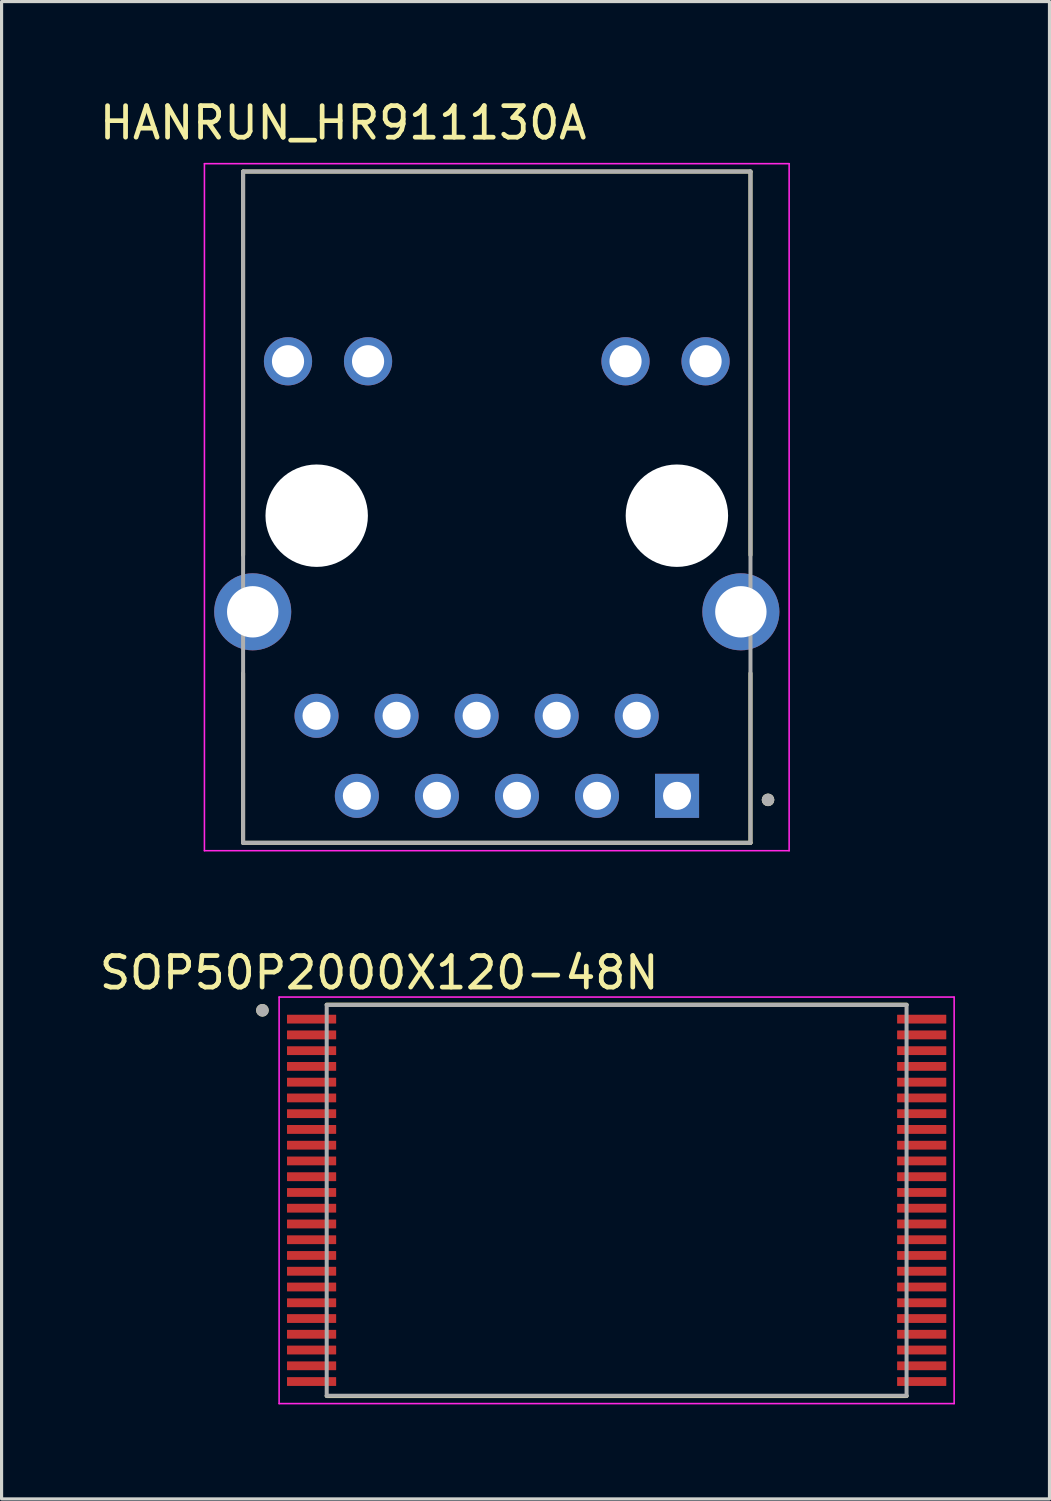
<source format=kicad_pcb>
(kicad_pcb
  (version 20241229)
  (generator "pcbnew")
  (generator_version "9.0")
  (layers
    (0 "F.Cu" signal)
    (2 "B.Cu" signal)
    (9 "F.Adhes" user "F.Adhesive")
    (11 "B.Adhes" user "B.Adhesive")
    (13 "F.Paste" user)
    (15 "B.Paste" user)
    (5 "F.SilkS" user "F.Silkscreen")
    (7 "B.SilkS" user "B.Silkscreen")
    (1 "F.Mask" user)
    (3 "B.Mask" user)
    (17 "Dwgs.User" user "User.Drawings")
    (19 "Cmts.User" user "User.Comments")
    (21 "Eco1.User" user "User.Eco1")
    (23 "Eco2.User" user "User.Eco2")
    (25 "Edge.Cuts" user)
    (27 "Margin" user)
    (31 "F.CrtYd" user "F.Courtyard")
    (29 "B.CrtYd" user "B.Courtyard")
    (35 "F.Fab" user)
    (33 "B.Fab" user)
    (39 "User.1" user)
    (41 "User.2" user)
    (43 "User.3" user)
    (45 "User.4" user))
  (footprint "SOP50P2000X120-48N"
    (layer "F.Cu")
    (at 16.517 35.039)
    (property "Reference" "SOP50P2000X120-48N" (at -7.535 -7.222 0) (layer "F.SilkS") (effects (font (size 1 1) (thickness 0.15))))
    (attr through_hole)
    (fp_line (start -9.2 -6.21) (end 9.2 -6.21) (stroke (width 0.127) (type solid)) (layer "F.SilkS"))
    (fp_line (start -9.2 6.21) (end 9.2 6.21) (stroke (width 0.127) (type solid)) (layer "F.SilkS"))
    (fp_circle (center -11.24 -6.03) (end -11.14 -6.03) (stroke (width 0.2) (type solid)) (fill no) (layer "F.SilkS"))
    (fp_line (start -10.71 -6.45) (end -10.71 6.45) (stroke (width 0.05) (type solid)) (layer "F.CrtYd"))
    (fp_line (start -10.71 -6.45) (end 10.71 -6.45) (stroke (width 0.05) (type solid)) (layer "F.CrtYd"))
    (fp_line (start -10.71 6.45) (end 10.71 6.45) (stroke (width 0.05) (type solid)) (layer "F.CrtYd"))
    (fp_line (start 10.71 -6.45) (end 10.71 6.45) (stroke (width 0.05) (type solid)) (layer "F.CrtYd"))
    (fp_line (start -9.2 -6.2) (end -9.2 6.2) (stroke (width 0.127) (type solid)) (layer "F.Fab"))
    (fp_line (start -9.2 -6.2) (end 9.2 -6.2) (stroke (width 0.127) (type solid)) (layer "F.Fab"))
    (fp_line (start -9.2 6.2) (end 9.2 6.2) (stroke (width 0.127) (type solid)) (layer "F.Fab"))
    (fp_line (start 9.2 -6.2) (end 9.2 6.2) (stroke (width 0.127) (type solid)) (layer "F.Fab"))
    (fp_circle (center -11.24 -6.03) (end -11.14 -6.03) (stroke (width 0.2) (type solid)) (fill no) (layer "F.Fab"))
    (pad "1" smd roundrect (at -9.68 -5.75) (size 1.56 0.28) (layers "F.Cu" "F.Mask" "F.Paste") (roundrect_rratio 0.04))
    (pad "2" smd roundrect (at -9.68 -5.25) (size 1.56 0.28) (layers "F.Cu" "F.Mask" "F.Paste") (roundrect_rratio 0.04))
    (pad "3" smd roundrect (at -9.68 -4.75) (size 1.56 0.28) (layers "F.Cu" "F.Mask" "F.Paste") (roundrect_rratio 0.04))
    (pad "4" smd roundrect (at -9.68 -4.25) (size 1.56 0.28) (layers "F.Cu" "F.Mask" "F.Paste") (roundrect_rratio 0.04))
    (pad "5" smd roundrect (at -9.68 -3.75) (size 1.56 0.28) (layers "F.Cu" "F.Mask" "F.Paste") (roundrect_rratio 0.04))
    (pad "6" smd roundrect (at -9.68 -3.25) (size 1.56 0.28) (layers "F.Cu" "F.Mask" "F.Paste") (roundrect_rratio 0.04))
    (pad "7" smd roundrect (at -9.68 -2.75) (size 1.56 0.28) (layers "F.Cu" "F.Mask" "F.Paste") (roundrect_rratio 0.04))
    (pad "8" smd roundrect (at -9.68 -2.25) (size 1.56 0.28) (layers "F.Cu" "F.Mask" "F.Paste") (roundrect_rratio 0.04))
    (pad "9" smd roundrect (at -9.68 -1.75) (size 1.56 0.28) (layers "F.Cu" "F.Mask" "F.Paste") (roundrect_rratio 0.04))
    (pad "10" smd roundrect (at -9.68 -1.25) (size 1.56 0.28) (layers "F.Cu" "F.Mask" "F.Paste") (roundrect_rratio 0.04))
    (pad "11" smd roundrect (at -9.68 -0.75) (size 1.56 0.28) (layers "F.Cu" "F.Mask" "F.Paste") (roundrect_rratio 0.04))
    (pad "12" smd roundrect (at -9.68 -0.25) (size 1.56 0.28) (layers "F.Cu" "F.Mask" "F.Paste") (roundrect_rratio 0.04))
    (pad "13" smd roundrect (at -9.68 0.25) (size 1.56 0.28) (layers "F.Cu" "F.Mask" "F.Paste") (roundrect_rratio 0.04))
    (pad "14" smd roundrect (at -9.68 0.75) (size 1.56 0.28) (layers "F.Cu" "F.Mask" "F.Paste") (roundrect_rratio 0.04))
    (pad "15" smd roundrect (at -9.68 1.25) (size 1.56 0.28) (layers "F.Cu" "F.Mask" "F.Paste") (roundrect_rratio 0.04))
    (pad "16" smd roundrect (at -9.68 1.75) (size 1.56 0.28) (layers "F.Cu" "F.Mask" "F.Paste") (roundrect_rratio 0.04))
    (pad "17" smd roundrect (at -9.68 2.25) (size 1.56 0.28) (layers "F.Cu" "F.Mask" "F.Paste") (roundrect_rratio 0.04))
    (pad "18" smd roundrect (at -9.68 2.75) (size 1.56 0.28) (layers "F.Cu" "F.Mask" "F.Paste") (roundrect_rratio 0.04))
    (pad "19" smd roundrect (at -9.68 3.25) (size 1.56 0.28) (layers "F.Cu" "F.Mask" "F.Paste") (roundrect_rratio 0.04))
    (pad "20" smd roundrect (at -9.68 3.75) (size 1.56 0.28) (layers "F.Cu" "F.Mask" "F.Paste") (roundrect_rratio 0.04))
    (pad "21" smd roundrect (at -9.68 4.25) (size 1.56 0.28) (layers "F.Cu" "F.Mask" "F.Paste") (roundrect_rratio 0.04))
    (pad "22" smd roundrect (at -9.68 4.75) (size 1.56 0.28) (layers "F.Cu" "F.Mask" "F.Paste") (roundrect_rratio 0.04))
    (pad "23" smd roundrect (at -9.68 5.25) (size 1.56 0.28) (layers "F.Cu" "F.Mask" "F.Paste") (roundrect_rratio 0.04))
    (pad "24" smd roundrect (at -9.68 5.75) (size 1.56 0.28) (layers "F.Cu" "F.Mask" "F.Paste") (roundrect_rratio 0.04))
    (pad "25" smd roundrect (at 9.68 5.75) (size 1.56 0.28) (layers "F.Cu" "F.Mask" "F.Paste") (roundrect_rratio 0.04))
    (pad "26" smd roundrect (at 9.68 5.25) (size 1.56 0.28) (layers "F.Cu" "F.Mask" "F.Paste") (roundrect_rratio 0.04))
    (pad "27" smd roundrect (at 9.68 4.75) (size 1.56 0.28) (layers "F.Cu" "F.Mask" "F.Paste") (roundrect_rratio 0.04))
    (pad "28" smd roundrect (at 9.68 4.25) (size 1.56 0.28) (layers "F.Cu" "F.Mask" "F.Paste") (roundrect_rratio 0.04))
    (pad "29" smd roundrect (at 9.68 3.75) (size 1.56 0.28) (layers "F.Cu" "F.Mask" "F.Paste") (roundrect_rratio 0.04))
    (pad "30" smd roundrect (at 9.68 3.25) (size 1.56 0.28) (layers "F.Cu" "F.Mask" "F.Paste") (roundrect_rratio 0.04))
    (pad "31" smd roundrect (at 9.68 2.75) (size 1.56 0.28) (layers "F.Cu" "F.Mask" "F.Paste") (roundrect_rratio 0.04))
    (pad "32" smd roundrect (at 9.68 2.25) (size 1.56 0.28) (layers "F.Cu" "F.Mask" "F.Paste") (roundrect_rratio 0.04))
    (pad "33" smd roundrect (at 9.68 1.75) (size 1.56 0.28) (layers "F.Cu" "F.Mask" "F.Paste") (roundrect_rratio 0.04))
    (pad "34" smd roundrect (at 9.68 1.25) (size 1.56 0.28) (layers "F.Cu" "F.Mask" "F.Paste") (roundrect_rratio 0.04))
    (pad "35" smd roundrect (at 9.68 0.75) (size 1.56 0.28) (layers "F.Cu" "F.Mask" "F.Paste") (roundrect_rratio 0.04))
    (pad "36" smd roundrect (at 9.68 0.25) (size 1.56 0.28) (layers "F.Cu" "F.Mask" "F.Paste") (roundrect_rratio 0.04))
    (pad "37" smd roundrect (at 9.68 -0.25) (size 1.56 0.28) (layers "F.Cu" "F.Mask" "F.Paste") (roundrect_rratio 0.04))
    (pad "38" smd roundrect (at 9.68 -0.75) (size 1.56 0.28) (layers "F.Cu" "F.Mask" "F.Paste") (roundrect_rratio 0.04))
    (pad "39" smd roundrect (at 9.68 -1.25) (size 1.56 0.28) (layers "F.Cu" "F.Mask" "F.Paste") (roundrect_rratio 0.04))
    (pad "40" smd roundrect (at 9.68 -1.75) (size 1.56 0.28) (layers "F.Cu" "F.Mask" "F.Paste") (roundrect_rratio 0.04))
    (pad "41" smd roundrect (at 9.68 -2.25) (size 1.56 0.28) (layers "F.Cu" "F.Mask" "F.Paste") (roundrect_rratio 0.04))
    (pad "42" smd roundrect (at 9.68 -2.75) (size 1.56 0.28) (layers "F.Cu" "F.Mask" "F.Paste") (roundrect_rratio 0.04))
    (pad "43" smd roundrect (at 9.68 -3.25) (size 1.56 0.28) (layers "F.Cu" "F.Mask" "F.Paste") (roundrect_rratio 0.04))
    (pad "44" smd roundrect (at 9.68 -3.75) (size 1.56 0.28) (layers "F.Cu" "F.Mask" "F.Paste") (roundrect_rratio 0.04))
    (pad "45" smd roundrect (at 9.68 -4.25) (size 1.56 0.28) (layers "F.Cu" "F.Mask" "F.Paste") (roundrect_rratio 0.04))
    (pad "46" smd roundrect (at 9.68 -4.75) (size 1.56 0.28) (layers "F.Cu" "F.Mask" "F.Paste") (roundrect_rratio 0.04))
    (pad "47" smd roundrect (at 9.68 -5.25) (size 1.56 0.28) (layers "F.Cu" "F.Mask" "F.Paste") (roundrect_rratio 0.04))
    (pad "48" smd roundrect (at 9.68 -5.75) (size 1.56 0.28) (layers "F.Cu" "F.Mask" "F.Paste") (roundrect_rratio 0.04)))
  (footprint "HANRUN_HR911130A"
    (layer "F.Cu")
    (at 12.714 13.314)
    (property "Reference" "HANRUN_HR911130A" (at -4.875 -12.466 0) (layer "F.SilkS") (effects (font (size 1 1) (thickness 0.15))))
    (attr through_hole)
    (fp_line (start -8.05 1.25) (end -8.05 -10.92) (stroke (width 0.127) (type solid)) (layer "F.SilkS"))
    (fp_line (start -8.05 10.38) (end -8.05 5) (stroke (width 0.127) (type solid)) (layer "F.SilkS"))
    (fp_line (start -8.05 10.38) (end 8.05 10.38) (stroke (width 0.127) (type solid)) (layer "F.SilkS"))
    (fp_line (start 8.05 -10.92) (end -8.05 -10.92) (stroke (width 0.127) (type solid)) (layer "F.SilkS"))
    (fp_line (start 8.05 1.25) (end 8.05 -10.92) (stroke (width 0.127) (type solid)) (layer "F.SilkS"))
    (fp_line (start 8.05 10.38) (end 8.05 5) (stroke (width 0.127) (type solid)) (layer "F.SilkS"))
    (fp_circle (center 8.607 9.017) (end 8.707 9.017) (stroke (width 0.2) (type solid)) (fill no) (layer "F.SilkS"))
    (fp_line (start -9.277 -11.17) (end 9.277 -11.17) (stroke (width 0.05) (type solid)) (layer "F.CrtYd"))
    (fp_line (start -9.277 10.63) (end -9.277 -11.17) (stroke (width 0.05) (type solid)) (layer "F.CrtYd"))
    (fp_line (start 9.277 -11.17) (end 9.277 10.63) (stroke (width 0.05) (type solid)) (layer "F.CrtYd"))
    (fp_line (start 9.277 10.63) (end -9.277 10.63) (stroke (width 0.05) (type solid)) (layer "F.CrtYd"))
    (fp_line (start -8.05 -10.92) (end -8.05 10.38) (stroke (width 0.127) (type solid)) (layer "F.Fab"))
    (fp_line (start -8.05 10.38) (end 8.05 10.38) (stroke (width 0.127) (type solid)) (layer "F.Fab"))
    (fp_line (start 8.05 -10.92) (end -8.05 -10.92) (stroke (width 0.127) (type solid)) (layer "F.Fab"))
    (fp_line (start 8.05 10.38) (end 8.05 -10.92) (stroke (width 0.127) (type solid)) (layer "F.Fab"))
    (fp_circle (center 8.607 9.017) (end 8.707 9.017) (stroke (width 0.2) (type solid)) (fill no) (layer "F.Fab"))
    (pad "" np_thru_hole circle (at -5.715 0) (size 3.25 3.25) (drill 3.25) (layers "*.Cu" "*.Mask"))
    (pad "" np_thru_hole circle (at 5.715 0) (size 3.25 3.25) (drill 3.25) (layers "*.Cu" "*.Mask"))
    (pad "1" thru_hole rect (at 5.72 8.89) (size 1.398 1.398) (drill 0.89) (layers "*.Cu" "*.Mask"))
    (pad "2" thru_hole circle (at 4.44 6.35) (size 1.398 1.398) (drill 0.89) (layers "*.Cu" "*.Mask"))
    (pad "3" thru_hole circle (at 3.18 8.89) (size 1.398 1.398) (drill 0.89) (layers "*.Cu" "*.Mask"))
    (pad "4" thru_hole circle (at 1.9 6.35) (size 1.398 1.398) (drill 0.89) (layers "*.Cu" "*.Mask"))
    (pad "5" thru_hole circle (at 0.64 8.89) (size 1.398 1.398) (drill 0.89) (layers "*.Cu" "*.Mask"))
    (pad "6" thru_hole circle (at -0.64 6.35) (size 1.398 1.398) (drill 0.89) (layers "*.Cu" "*.Mask"))
    (pad "7" thru_hole circle (at -1.9 8.89) (size 1.398 1.398) (drill 0.89) (layers "*.Cu" "*.Mask"))
    (pad "8" thru_hole circle (at -3.18 6.35) (size 1.398 1.398) (drill 0.89) (layers "*.Cu" "*.Mask"))
    (pad "9" thru_hole circle (at -4.44 8.89) (size 1.398 1.398) (drill 0.89) (layers "*.Cu" "*.Mask"))
    (pad "10" thru_hole circle (at -5.72 6.35) (size 1.398 1.398) (drill 0.89) (layers "*.Cu" "*.Mask"))
    (pad "11" thru_hole circle (at 6.625 -4.9) (size 1.53 1.53) (drill 1.02) (layers "*.Cu" "*.Mask"))
    (pad "12" thru_hole circle (at 4.085 -4.9) (size 1.53 1.53) (drill 1.02) (layers "*.Cu" "*.Mask"))
    (pad "13" thru_hole circle (at -4.085 -4.9) (size 1.53 1.53) (drill 1.02) (layers "*.Cu" "*.Mask"))
    (pad "14" thru_hole circle (at -6.625 -4.9) (size 1.53 1.53) (drill 1.02) (layers "*.Cu" "*.Mask"))
    (pad "S1" thru_hole circle (at 7.745 3.05) (size 2.445 2.445) (drill 1.63) (layers "*.Cu" "*.Mask"))
    (pad "S2" thru_hole circle (at -7.745 3.05) (size 2.445 2.445) (drill 1.63) (layers "*.Cu" "*.Mask")))
  (gr_rect
    (start -3 -3)
    (end 30.252 44.514)
    (stroke (width 0.1) (type default))
    (fill no)
    (layer "Edge.Cuts")))
</source>
